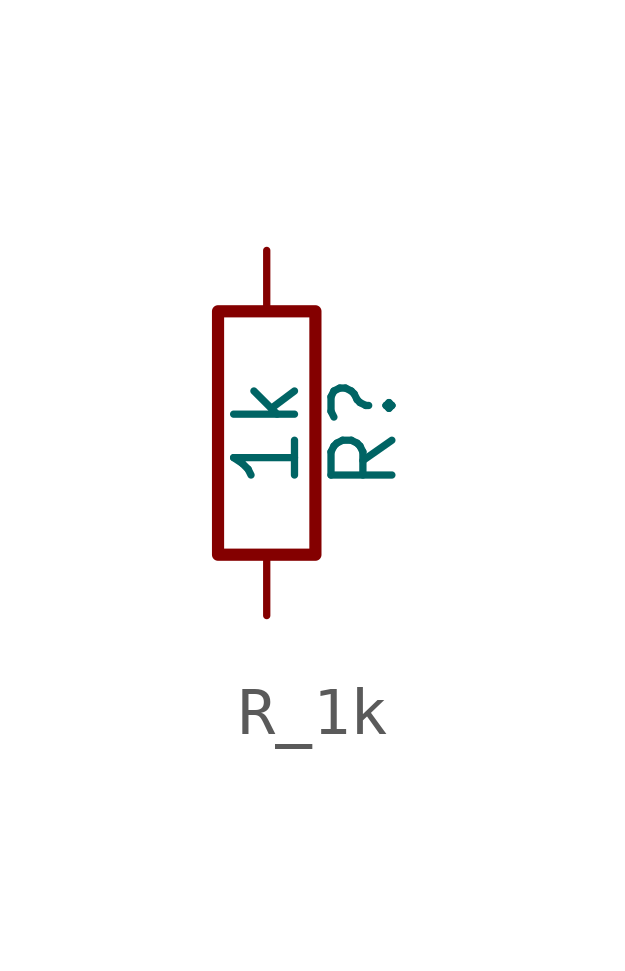
<source format=kicad_sym>
(kicad_symbol_lib
  (version 20231120)
  (generator "kicad_symbol_editor")
  (generator_version "8.0")
  (symbol "R_1k"
    (pin_numbers hide)
    (pin_names
      (offset 0))
    (property "Reference" "R"
      (at 2.032 0 90)
      (effects (font (size 1.27 1.27))))
    (property "Value" "1k"
      (at 0 0 90)
      (effects (font (size 1.27 1.27))))
    (symbol "R_1k_0_1"
      (rectangle (start -1.016 -2.54) (end 1.016 2.54) (stroke (width 0.254) (type default)) (fill (type none))))
    (symbol "R_1k_1_1"
      (pin passive line (at 0 3.81 270) (length 1.27) (name "~" (effects (font (size 1.27 1.27)))) (number "1" (effects (font (size 1.27 1.27)))))
      (pin passive line (at 0 -3.81 90) (length 1.27) (name "~" (effects (font (size 1.27 1.27)))) (number "2" (effects (font (size 1.27 1.27))))))))
</source>
